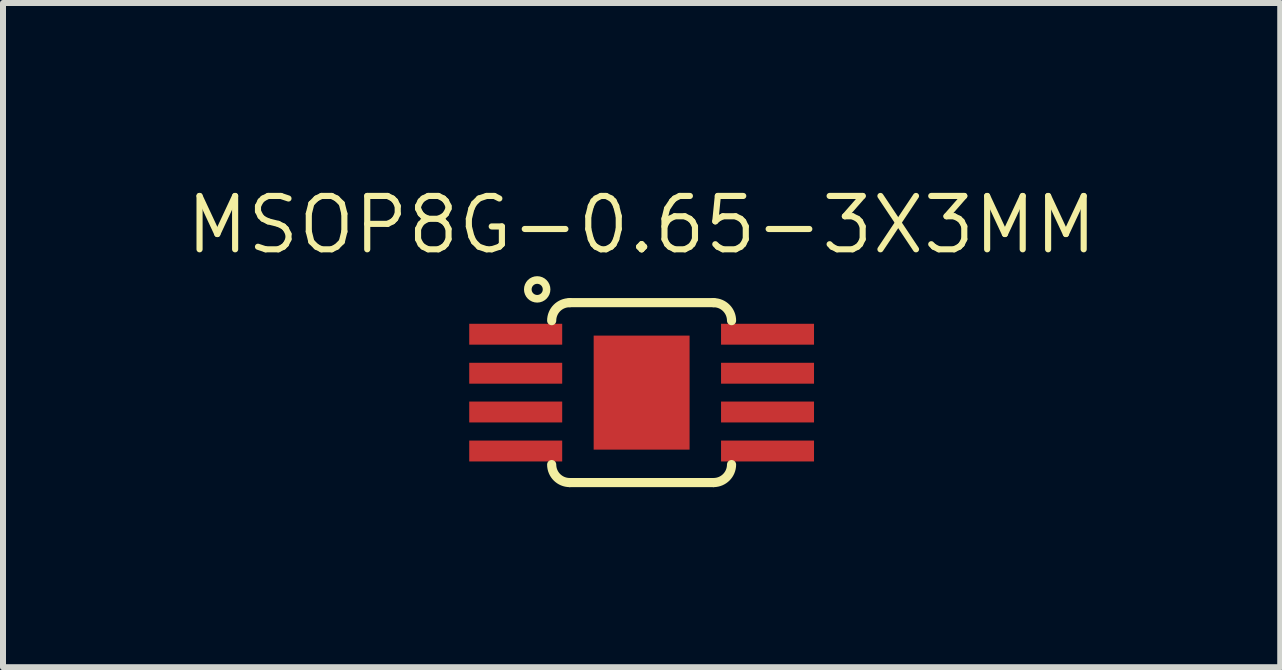
<source format=kicad_pcb>
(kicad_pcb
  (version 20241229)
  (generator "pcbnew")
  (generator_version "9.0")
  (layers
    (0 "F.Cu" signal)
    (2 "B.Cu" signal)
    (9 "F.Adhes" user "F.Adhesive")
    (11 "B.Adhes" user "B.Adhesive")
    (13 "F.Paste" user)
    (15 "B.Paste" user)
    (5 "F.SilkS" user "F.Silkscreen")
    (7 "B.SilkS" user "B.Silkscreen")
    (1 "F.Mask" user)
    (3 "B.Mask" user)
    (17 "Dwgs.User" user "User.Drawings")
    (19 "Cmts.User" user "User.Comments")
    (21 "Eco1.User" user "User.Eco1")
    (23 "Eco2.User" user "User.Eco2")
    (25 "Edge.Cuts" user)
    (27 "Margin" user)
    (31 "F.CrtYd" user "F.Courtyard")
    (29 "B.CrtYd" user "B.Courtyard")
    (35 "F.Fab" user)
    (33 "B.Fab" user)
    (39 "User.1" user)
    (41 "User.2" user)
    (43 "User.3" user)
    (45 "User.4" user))
  (footprint "MSOP8G-0.65-3X3MM"
    (layer "F.Cu")
    (at 7.641 3.492)
    (property "Reference" "MSOP8G-0.65-3X3MM" (at 0 -2.794 0) (layer "F.SilkS") (effects (font (size 0.889 0.889) (thickness 0.102))))
    (attr smd)
    (fp_line (start -1.199 -1.499) (end 1.199 -1.499) (stroke (width 0.152) (type solid)) (layer "F.SilkS"))
    (fp_line (start -1.199 1.499) (end 1.199 1.499) (stroke (width 0.152) (type solid)) (layer "F.SilkS"))
    (fp_arc (start -1.4986 -1.19888) (mid -1.410814 -1.410814) (end -1.19888 -1.4986) (stroke (width 0.1524) (type solid)) (layer "F.SilkS"))
    (fp_arc (start -1.19888 1.4986) (mid -1.410814 1.410814) (end -1.4986 1.19888) (stroke (width 0.1524) (type solid)) (layer "F.SilkS"))
    (fp_arc (start 1.19888 -1.4986) (mid 1.410814 -1.410814) (end 1.4986 -1.19888) (stroke (width 0.1524) (type solid)) (layer "F.SilkS"))
    (fp_arc (start 1.4986 1.19888) (mid 1.410814 1.410814) (end 1.19888 1.4986) (stroke (width 0.1524) (type solid)) (layer "F.SilkS"))
    (fp_circle (center -1.74 -1.72) (end -1.6 -1.65) (stroke (width 0.127) (type solid)) (fill no) (layer "F.SilkS"))
    (pad "1" smd rect (at -2.098 -0.973 270) (size 0.348 1.549) (layers "F.Cu" "F.Mask" "F.Paste"))
    (pad "2" smd rect (at -2.098 -0.323 270) (size 0.348 1.549) (layers "F.Cu" "F.Mask" "F.Paste"))
    (pad "3" smd rect (at -2.098 0.323 270) (size 0.348 1.549) (layers "F.Cu" "F.Mask" "F.Paste"))
    (pad "4" smd rect (at -2.098 0.973 270) (size 0.348 1.549) (layers "F.Cu" "F.Mask" "F.Paste"))
    (pad "5" smd rect (at 2.098 0.973 270) (size 0.348 1.549) (layers "F.Cu" "F.Mask" "F.Paste"))
    (pad "6" smd rect (at 2.098 0.323 270) (size 0.348 1.549) (layers "F.Cu" "F.Mask" "F.Paste"))
    (pad "7" smd rect (at 2.098 -0.323 270) (size 0.348 1.549) (layers "F.Cu" "F.Mask" "F.Paste"))
    (pad "8" smd rect (at 2.098 -0.973 270) (size 0.348 1.549) (layers "F.Cu" "F.Mask" "F.Paste"))
    (pad "PAD" smd rect (at 0 0 90) (size 1.9 1.598) (layers "F.Cu" "F.Mask" "F.Paste")))
  (gr_rect
    (start -3 -3)
    (end 18.282 8.067)
    (stroke (width 0.1) (type default))
    (fill no)
    (layer "Edge.Cuts")))
</source>
